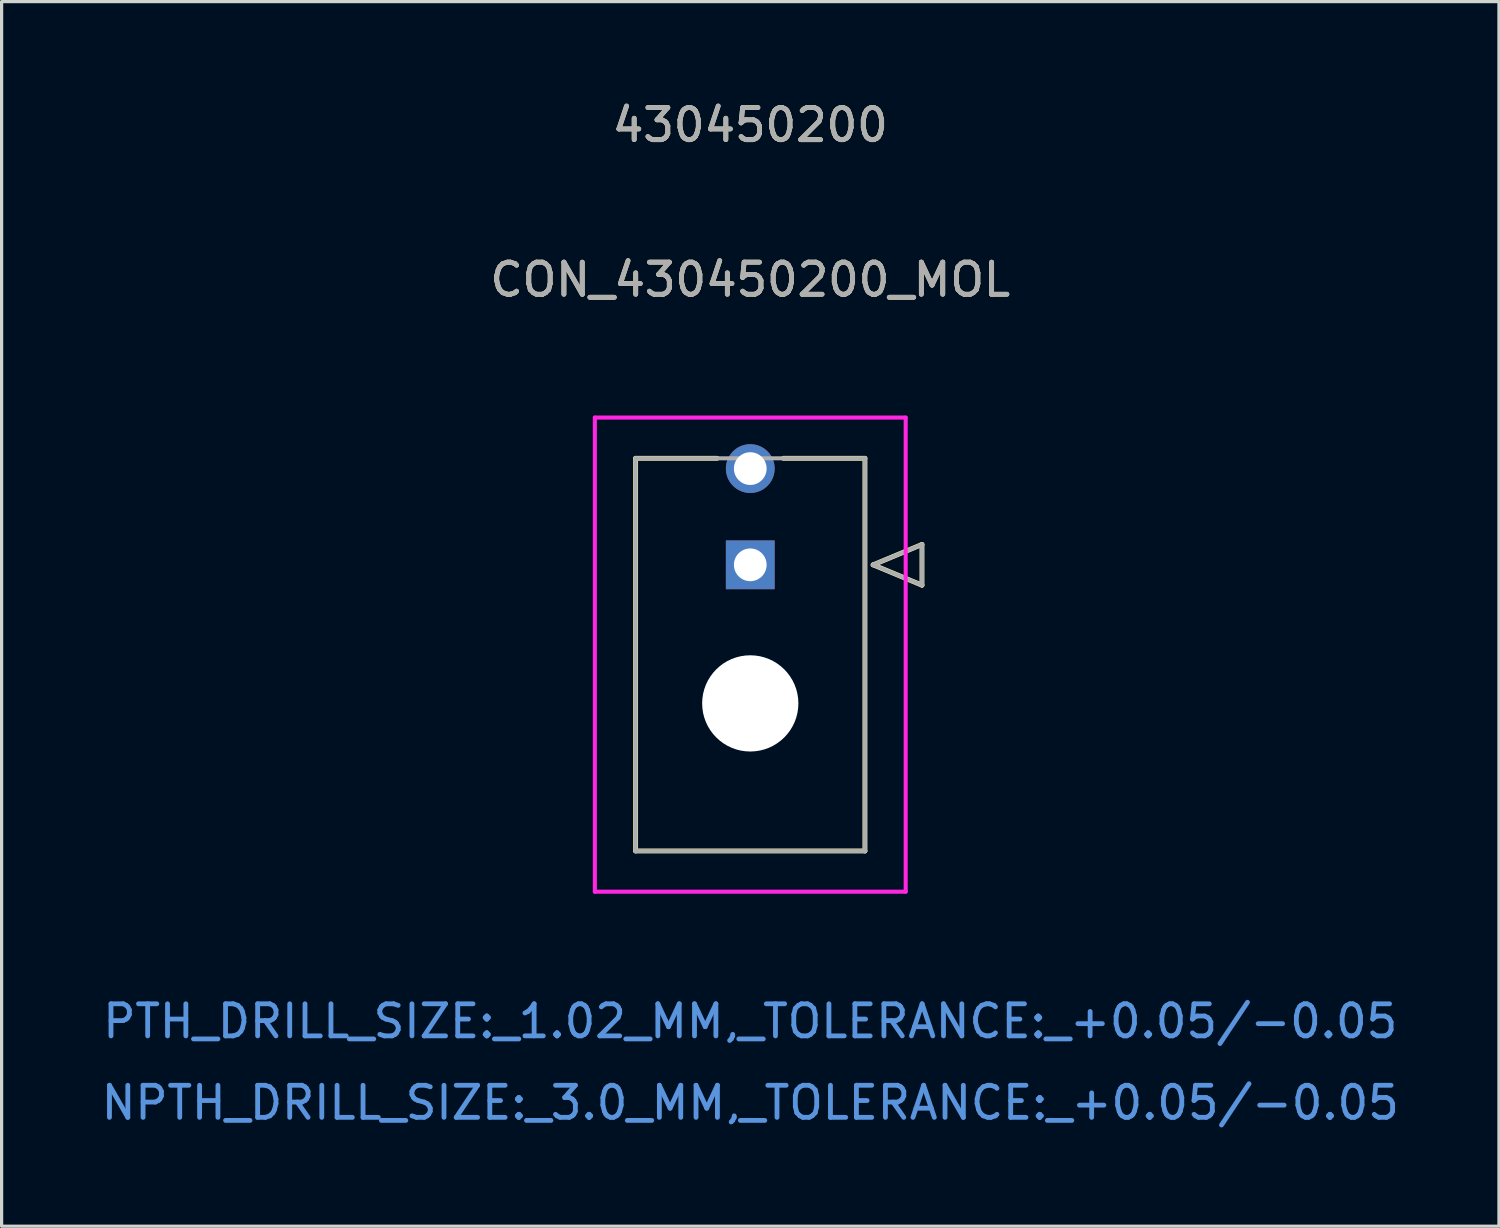
<source format=kicad_pcb>
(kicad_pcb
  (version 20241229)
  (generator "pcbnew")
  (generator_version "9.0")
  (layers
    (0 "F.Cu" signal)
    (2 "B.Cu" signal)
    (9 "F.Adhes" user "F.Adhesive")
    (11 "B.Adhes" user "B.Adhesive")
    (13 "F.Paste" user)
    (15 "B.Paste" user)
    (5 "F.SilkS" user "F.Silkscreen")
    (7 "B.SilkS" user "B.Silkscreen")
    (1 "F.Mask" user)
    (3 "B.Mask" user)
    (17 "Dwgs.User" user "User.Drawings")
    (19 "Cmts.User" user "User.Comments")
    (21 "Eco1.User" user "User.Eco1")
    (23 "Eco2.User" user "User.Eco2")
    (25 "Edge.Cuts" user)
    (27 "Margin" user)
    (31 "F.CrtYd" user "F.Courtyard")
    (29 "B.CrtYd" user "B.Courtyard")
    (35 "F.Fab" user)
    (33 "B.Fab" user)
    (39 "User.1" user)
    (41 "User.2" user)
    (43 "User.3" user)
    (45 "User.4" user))
  (footprint "CON_430450200_MOL"
    (layer "F.Cu")
    (at 20.339 14.558)
    (property "Reference" "CON_430450200_MOL" (at 0 -8.89 0) (unlocked yes) (layer "F.SilkS") (effects (font (size 1 1) (thickness 0.15))))
    (attr through_hole)
    (fp_line (start -3.575 -3.32) (end -3.575 8.92) (stroke (width 0.152) (type solid)) (layer "F.SilkS"))
    (fp_line (start -3.575 8.92) (end 3.575 8.92) (stroke (width 0.152) (type solid)) (layer "F.SilkS"))
    (fp_line (start -1.032 -3.32) (end -3.575 -3.32) (stroke (width 0.152) (type solid)) (layer "F.SilkS"))
    (fp_line (start 3.575 -3.32) (end 1.032 -3.32) (stroke (width 0.152) (type solid)) (layer "F.SilkS"))
    (fp_line (start 3.575 8.92) (end 3.575 -3.32) (stroke (width 0.152) (type solid)) (layer "F.SilkS"))
    (fp_line (start 3.829 0) (end 5.353 -0.635) (stroke (width 0.152) (type solid)) (layer "F.SilkS"))
    (fp_line (start 5.353 -0.635) (end 5.353 0.635) (stroke (width 0.152) (type solid)) (layer "F.SilkS"))
    (fp_line (start 5.353 0.635) (end 3.829 0) (stroke (width 0.152) (type solid)) (layer "F.SilkS"))
    (fp_line (start -4.845 -4.59) (end -4.845 10.19) (stroke (width 0.127) (type solid)) (layer "F.CrtYd"))
    (fp_line (start -4.845 10.19) (end 4.845 10.19) (stroke (width 0.127) (type solid)) (layer "F.CrtYd"))
    (fp_line (start 4.845 -4.59) (end -4.845 -4.59) (stroke (width 0.127) (type solid)) (layer "F.CrtYd"))
    (fp_line (start 4.845 10.19) (end 4.845 -4.59) (stroke (width 0.127) (type solid)) (layer "F.CrtYd"))
    (fp_line (start -3.575 -3.32) (end -3.575 8.92) (stroke (width 0.127) (type solid)) (layer "F.Fab"))
    (fp_line (start -3.575 8.92) (end 3.575 8.92) (stroke (width 0.127) (type solid)) (layer "F.Fab"))
    (fp_line (start 3.575 -3.32) (end -3.575 -3.32) (stroke (width 0.127) (type solid)) (layer "F.Fab"))
    (fp_line (start 3.575 8.92) (end 3.575 -3.32) (stroke (width 0.127) (type solid)) (layer "F.Fab"))
    (fp_line (start 3.829 0) (end 5.353 -0.635) (stroke (width 0.127) (type solid)) (layer "F.Fab"))
    (fp_line (start 5.353 -0.635) (end 5.353 0.635) (stroke (width 0.127) (type solid)) (layer "F.Fab"))
    (fp_line (start 5.353 0.635) (end 3.829 0) (stroke (width 0.127) (type solid)) (layer "F.Fab"))
    (fp_text user "430450200" (at 0 -13.71 0) (unlocked yes) (layer "F.SilkS") (effects (font (size 1 1) (thickness 0.15))))
    (fp_text user "NPTH_DRILL_SIZE:_3.0_MM,_TOLERANCE:_+0.05/-0.05" (at 0 16.77 0) (unlocked yes) (layer "Cmts.User") (effects (font (size 1 1) (thickness 0.15))))
    (fp_text user "PTH_DRILL_SIZE:_1.02_MM,_TOLERANCE:_+0.05/-0.05" (at 0 14.23 0) (unlocked yes) (layer "Cmts.User") (effects (font (size 1 1) (thickness 0.15))))
    (fp_text user "430450200" (at 0 -13.71 0) (unlocked yes) (layer "F.Fab") (effects (font (size 1 1) (thickness 0.15))))
    (fp_text user "${REFERENCE}" (at 0 -8.89 0) (unlocked yes) (layer "F.Fab") (effects (font (size 1 1) (thickness 0.15))))
    (pad "" np_thru_hole circle (at 0 4.32) (size 3 3) (drill 3) (layers "*.Cu" "*.Mask"))
    (pad "1" thru_hole rect (at 0 0) (size 1.52 1.52) (drill 1.02) (layers "*.Cu" "*.Mask"))
    (pad "2" thru_hole circle (at 0 -3) (size 1.52 1.52) (drill 1.02) (layers "*.Cu" "*.Mask")))
  (gr_rect
    (start -3 -3)
    (end 43.679 35.176)
    (stroke (width 0.1) (type default))
    (fill no)
    (layer "Edge.Cuts")))
</source>
